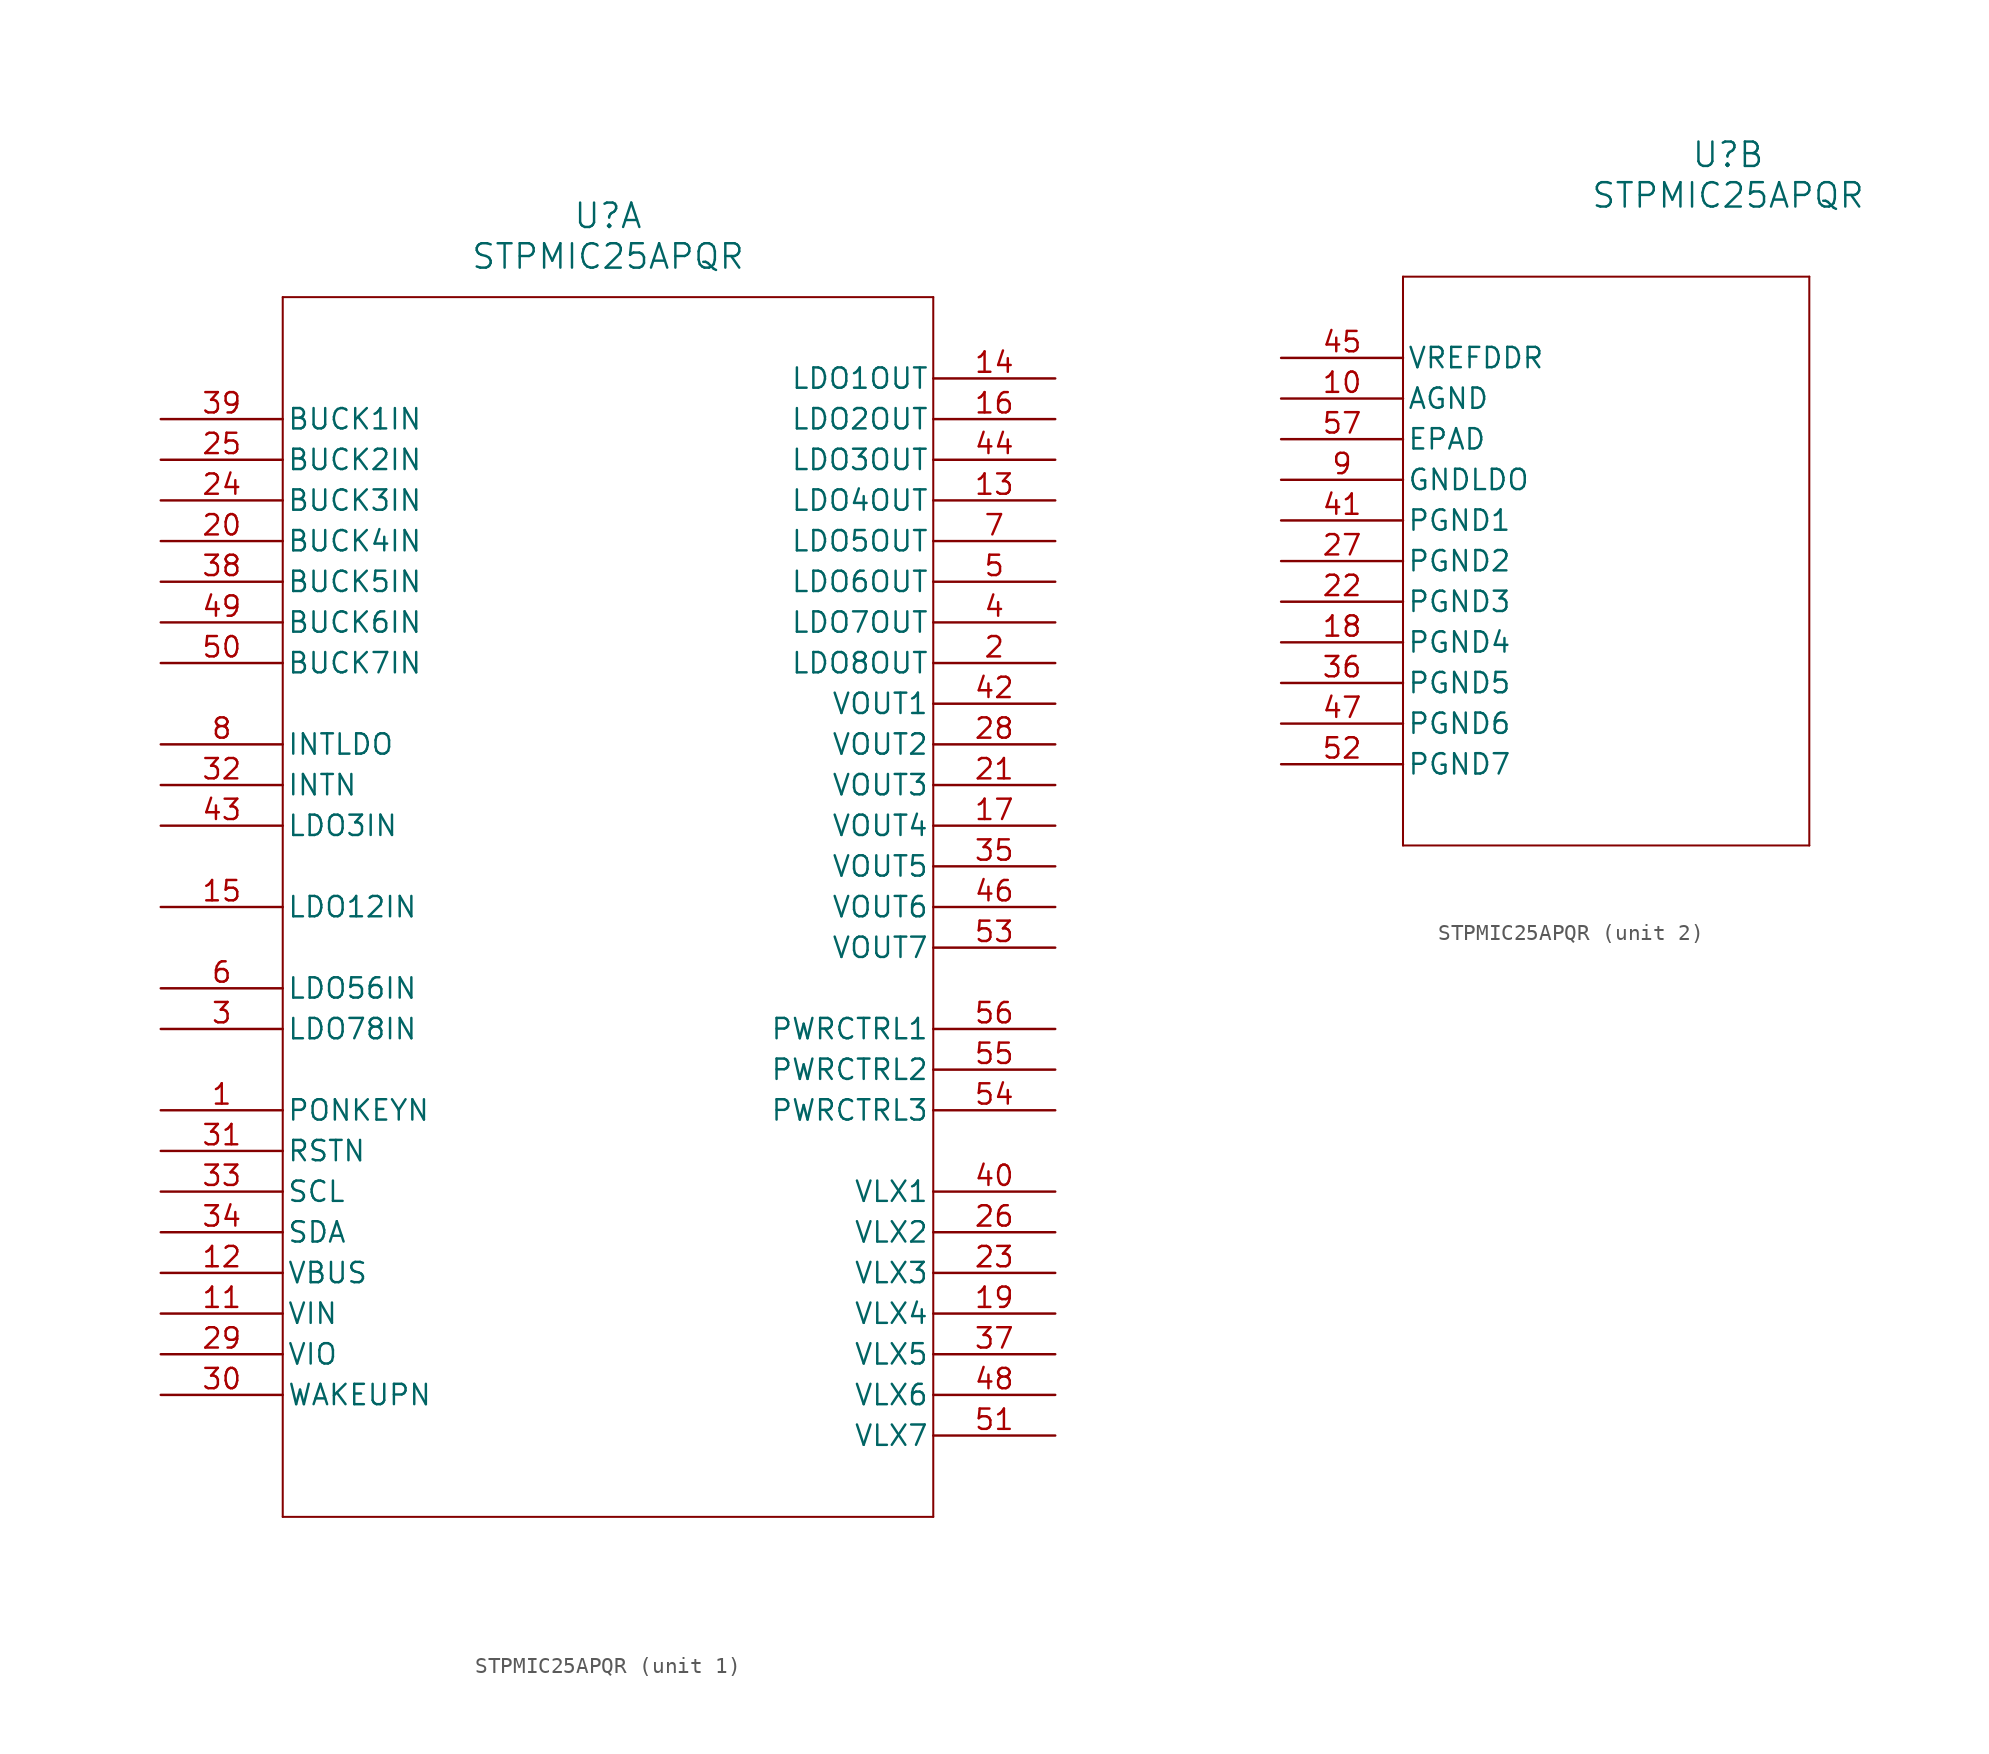
<source format=kicad_sym>
(kicad_symbol_lib
  (version 20211014)
  (generator kicad_symbol_editor)
  (symbol "STPMIC25APQR"
    (pin_names
      (offset 0.254))
    (property "Reference" "U"
      (at 27.94 12.7 0)
      (effects (font (size 1.524 1.524))))
    (property "Value" "STPMIC25APQR"
      (at 27.94 10.16 0)
      (effects (font (size 1.524 1.524))))
    (symbol "STPMIC25APQR_1_1"
      (polyline (pts (xy 7.62 7.62) (xy 7.62 -68.58)) (stroke (width 0.127) (type default) (color 0 0 0 0)) (fill (type none)))
      (polyline (pts (xy 7.62 -68.58) (xy 48.26 -68.58)) (stroke (width 0.127) (type default) (color 0 0 0 0)) (fill (type none)))
      (polyline (pts (xy 48.26 -68.58) (xy 48.26 7.62)) (stroke (width 0.127) (type default) (color 0 0 0 0)) (fill (type none)))
      (polyline (pts (xy 48.26 7.62) (xy 7.62 7.62)) (stroke (width 0.127) (type default) (color 0 0 0 0)) (fill (type none)))
      (pin unspecified line (at 0 -43.18 0) (length 7.62) (name "PONKEYN" (effects (font (size 1.27 1.27)))) (number "1" (effects (font (size 1.27 1.27)))))
      (pin output line (at 55.88 -15.24 180) (length 7.62) (name "LDO8OUT" (effects (font (size 1.27 1.27)))) (number "2" (effects (font (size 1.27 1.27)))))
      (pin input line (at 0 -38.1 0) (length 7.62) (name "LDO78IN" (effects (font (size 1.27 1.27)))) (number "3" (effects (font (size 1.27 1.27)))))
      (pin output line (at 55.88 -12.7 180) (length 7.62) (name "LDO7OUT" (effects (font (size 1.27 1.27)))) (number "4" (effects (font (size 1.27 1.27)))))
      (pin output line (at 55.88 -10.16 180) (length 7.62) (name "LDO6OUT" (effects (font (size 1.27 1.27)))) (number "5" (effects (font (size 1.27 1.27)))))
      (pin input line (at 0 -35.56 0) (length 7.62) (name "LDO56IN" (effects (font (size 1.27 1.27)))) (number "6" (effects (font (size 1.27 1.27)))))
      (pin output line (at 55.88 -7.62 180) (length 7.62) (name "LDO5OUT" (effects (font (size 1.27 1.27)))) (number "7" (effects (font (size 1.27 1.27)))))
      (pin input line (at 0 -20.32 0) (length 7.62) (name "INTLDO" (effects (font (size 1.27 1.27)))) (number "8" (effects (font (size 1.27 1.27)))))
      (pin unspecified line (at 0 -55.88 0) (length 7.62) (name "VIN" (effects (font (size 1.27 1.27)))) (number "11" (effects (font (size 1.27 1.27)))))
      (pin unspecified line (at 0 -53.34 0) (length 7.62) (name "VBUS" (effects (font (size 1.27 1.27)))) (number "12" (effects (font (size 1.27 1.27)))))
      (pin output line (at 55.88 -5.08 180) (length 7.62) (name "LDO4OUT" (effects (font (size 1.27 1.27)))) (number "13" (effects (font (size 1.27 1.27)))))
      (pin output line (at 55.88 2.54 180) (length 7.62) (name "LDO1OUT" (effects (font (size 1.27 1.27)))) (number "14" (effects (font (size 1.27 1.27)))))
      (pin input line (at 0 -30.48 0) (length 7.62) (name "LDO12IN" (effects (font (size 1.27 1.27)))) (number "15" (effects (font (size 1.27 1.27)))))
      (pin output line (at 55.88 0 180) (length 7.62) (name "LDO2OUT" (effects (font (size 1.27 1.27)))) (number "16" (effects (font (size 1.27 1.27)))))
      (pin output line (at 55.88 -25.4 180) (length 7.62) (name "VOUT4" (effects (font (size 1.27 1.27)))) (number "17" (effects (font (size 1.27 1.27)))))
      (pin bidirectional line (at 55.88 -55.88 180) (length 7.62) (name "VLX4" (effects (font (size 1.27 1.27)))) (number "19" (effects (font (size 1.27 1.27)))))
      (pin input line (at 0 -7.62 0) (length 7.62) (name "BUCK4IN" (effects (font (size 1.27 1.27)))) (number "20" (effects (font (size 1.27 1.27)))))
      (pin output line (at 55.88 -22.86 180) (length 7.62) (name "VOUT3" (effects (font (size 1.27 1.27)))) (number "21" (effects (font (size 1.27 1.27)))))
      (pin bidirectional line (at 55.88 -53.34 180) (length 7.62) (name "VLX3" (effects (font (size 1.27 1.27)))) (number "23" (effects (font (size 1.27 1.27)))))
      (pin input line (at 0 -5.08 0) (length 7.62) (name "BUCK3IN" (effects (font (size 1.27 1.27)))) (number "24" (effects (font (size 1.27 1.27)))))
      (pin input line (at 0 -2.54 0) (length 7.62) (name "BUCK2IN" (effects (font (size 1.27 1.27)))) (number "25" (effects (font (size 1.27 1.27)))))
      (pin bidirectional line (at 55.88 -50.8 180) (length 7.62) (name "VLX2" (effects (font (size 1.27 1.27)))) (number "26" (effects (font (size 1.27 1.27)))))
      (pin output line (at 55.88 -20.32 180) (length 7.62) (name "VOUT2" (effects (font (size 1.27 1.27)))) (number "28" (effects (font (size 1.27 1.27)))))
      (pin unspecified line (at 0 -58.42 0) (length 7.62) (name "VIO" (effects (font (size 1.27 1.27)))) (number "29" (effects (font (size 1.27 1.27)))))
      (pin unspecified line (at 0 -60.96 0) (length 7.62) (name "WAKEUPN" (effects (font (size 1.27 1.27)))) (number "30" (effects (font (size 1.27 1.27)))))
      (pin unspecified line (at 0 -45.72 0) (length 7.62) (name "RSTN" (effects (font (size 1.27 1.27)))) (number "31" (effects (font (size 1.27 1.27)))))
      (pin input line (at 0 -22.86 0) (length 7.62) (name "INTN" (effects (font (size 1.27 1.27)))) (number "32" (effects (font (size 1.27 1.27)))))
      (pin unspecified line (at 0 -48.26 0) (length 7.62) (name "SCL" (effects (font (size 1.27 1.27)))) (number "33" (effects (font (size 1.27 1.27)))))
      (pin unspecified line (at 0 -50.8 0) (length 7.62) (name "SDA" (effects (font (size 1.27 1.27)))) (number "34" (effects (font (size 1.27 1.27)))))
      (pin output line (at 55.88 -27.94 180) (length 7.62) (name "VOUT5" (effects (font (size 1.27 1.27)))) (number "35" (effects (font (size 1.27 1.27)))))
      (pin bidirectional line (at 55.88 -58.42 180) (length 7.62) (name "VLX5" (effects (font (size 1.27 1.27)))) (number "37" (effects (font (size 1.27 1.27)))))
      (pin input line (at 0 -10.16 0) (length 7.62) (name "BUCK5IN" (effects (font (size 1.27 1.27)))) (number "38" (effects (font (size 1.27 1.27)))))
      (pin input line (at 0 0 0) (length 7.62) (name "BUCK1IN" (effects (font (size 1.27 1.27)))) (number "39" (effects (font (size 1.27 1.27)))))
      (pin bidirectional line (at 55.88 -48.26 180) (length 7.62) (name "VLX1" (effects (font (size 1.27 1.27)))) (number "40" (effects (font (size 1.27 1.27)))))
      (pin output line (at 55.88 -17.78 180) (length 7.62) (name "VOUT1" (effects (font (size 1.27 1.27)))) (number "42" (effects (font (size 1.27 1.27)))))
      (pin input line (at 0 -25.4 0) (length 7.62) (name "LDO3IN" (effects (font (size 1.27 1.27)))) (number "43" (effects (font (size 1.27 1.27)))))
      (pin output line (at 55.88 -2.54 180) (length 7.62) (name "LDO3OUT" (effects (font (size 1.27 1.27)))) (number "44" (effects (font (size 1.27 1.27)))))
      (pin output line (at 55.88 -30.48 180) (length 7.62) (name "VOUT6" (effects (font (size 1.27 1.27)))) (number "46" (effects (font (size 1.27 1.27)))))
      (pin bidirectional line (at 55.88 -60.96 180) (length 7.62) (name "VLX6" (effects (font (size 1.27 1.27)))) (number "48" (effects (font (size 1.27 1.27)))))
      (pin input line (at 0 -12.7 0) (length 7.62) (name "BUCK6IN" (effects (font (size 1.27 1.27)))) (number "49" (effects (font (size 1.27 1.27)))))
      (pin input line (at 0 -15.24 0) (length 7.62) (name "BUCK7IN" (effects (font (size 1.27 1.27)))) (number "50" (effects (font (size 1.27 1.27)))))
      (pin bidirectional line (at 55.88 -63.5 180) (length 7.62) (name "VLX7" (effects (font (size 1.27 1.27)))) (number "51" (effects (font (size 1.27 1.27)))))
      (pin output line (at 55.88 -33.02 180) (length 7.62) (name "VOUT7" (effects (font (size 1.27 1.27)))) (number "53" (effects (font (size 1.27 1.27)))))
      (pin bidirectional line (at 55.88 -43.18 180) (length 7.62) (name "PWRCTRL3" (effects (font (size 1.27 1.27)))) (number "54" (effects (font (size 1.27 1.27)))))
      (pin bidirectional line (at 55.88 -40.64 180) (length 7.62) (name "PWRCTRL2" (effects (font (size 1.27 1.27)))) (number "55" (effects (font (size 1.27 1.27)))))
      (pin bidirectional line (at 55.88 -38.1 180) (length 7.62) (name "PWRCTRL1" (effects (font (size 1.27 1.27)))) (number "56" (effects (font (size 1.27 1.27))))))
    (symbol "STPMIC25APQR_2_1"
      (polyline (pts (xy 7.62 5.08) (xy 7.62 -30.48)) (stroke (width 0.127) (type default) (color 0 0 0 0)) (fill (type none)))
      (polyline (pts (xy 7.62 -30.48) (xy 33.02 -30.48)) (stroke (width 0.127) (type default) (color 0 0 0 0)) (fill (type none)))
      (polyline (pts (xy 33.02 -30.48) (xy 33.02 5.08)) (stroke (width 0.127) (type default) (color 0 0 0 0)) (fill (type none)))
      (polyline (pts (xy 33.02 5.08) (xy 7.62 5.08)) (stroke (width 0.127) (type default) (color 0 0 0 0)) (fill (type none)))
      (pin power_out line (at 0 -7.62 0) (length 7.62) (name "GNDLDO" (effects (font (size 1.27 1.27)))) (number "9" (effects (font (size 1.27 1.27)))))
      (pin power_out line (at 0 -2.54 0) (length 7.62) (name "AGND" (effects (font (size 1.27 1.27)))) (number "10" (effects (font (size 1.27 1.27)))))
      (pin power_out line (at 0 -17.78 0) (length 7.62) (name "PGND4" (effects (font (size 1.27 1.27)))) (number "18" (effects (font (size 1.27 1.27)))))
      (pin power_out line (at 0 -15.24 0) (length 7.62) (name "PGND3" (effects (font (size 1.27 1.27)))) (number "22" (effects (font (size 1.27 1.27)))))
      (pin power_out line (at 0 -12.7 0) (length 7.62) (name "PGND2" (effects (font (size 1.27 1.27)))) (number "27" (effects (font (size 1.27 1.27)))))
      (pin power_out line (at 0 -20.32 0) (length 7.62) (name "PGND5" (effects (font (size 1.27 1.27)))) (number "36" (effects (font (size 1.27 1.27)))))
      (pin power_out line (at 0 -10.16 0) (length 7.62) (name "PGND1" (effects (font (size 1.27 1.27)))) (number "41" (effects (font (size 1.27 1.27)))))
      (pin power_in line (at 0 0 0) (length 7.62) (name "VREFDDR" (effects (font (size 1.27 1.27)))) (number "45" (effects (font (size 1.27 1.27)))))
      (pin power_out line (at 0 -22.86 0) (length 7.62) (name "PGND6" (effects (font (size 1.27 1.27)))) (number "47" (effects (font (size 1.27 1.27)))))
      (pin power_out line (at 0 -25.4 0) (length 7.62) (name "PGND7" (effects (font (size 1.27 1.27)))) (number "52" (effects (font (size 1.27 1.27)))))
      (pin power_out line (at 0 -5.08 0) (length 7.62) (name "EPAD" (effects (font (size 1.27 1.27)))) (number "57" (effects (font (size 1.27 1.27))))))))
</source>
